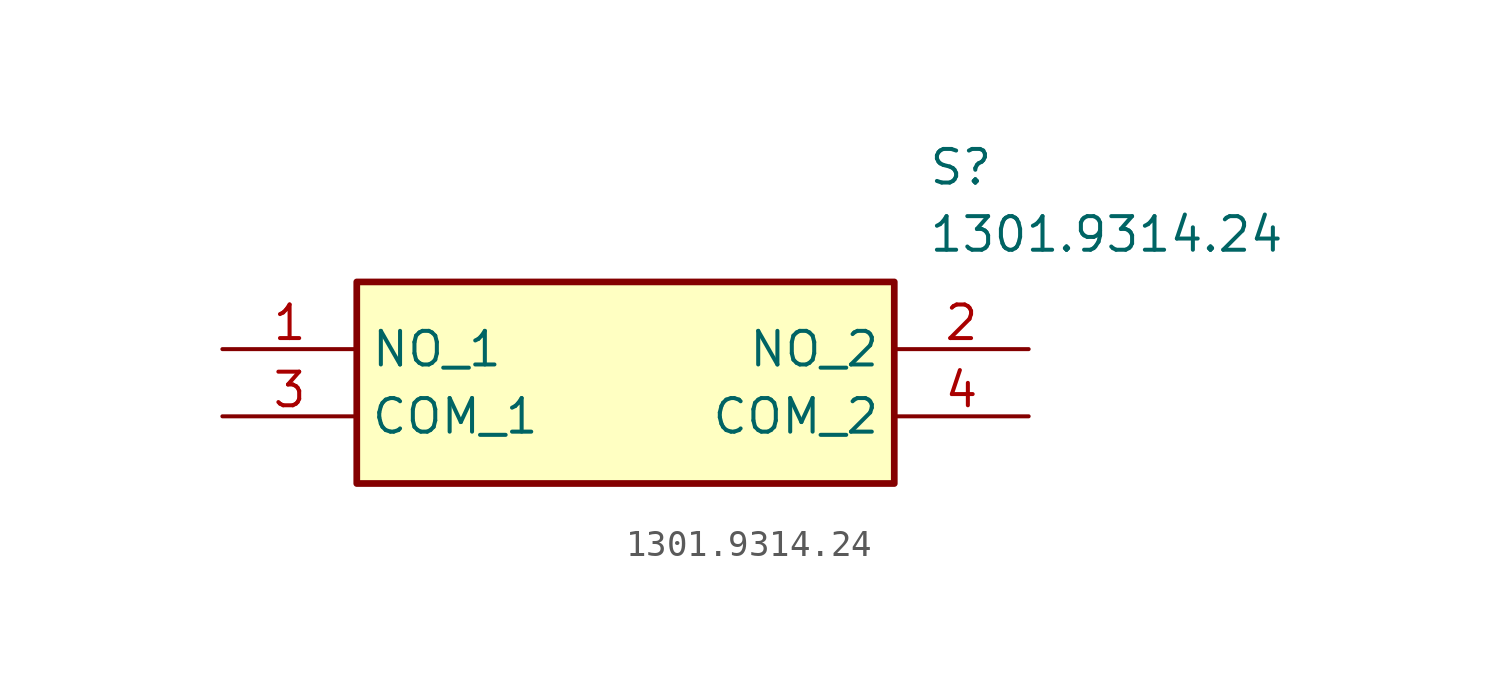
<source format=kicad_sym>
(kicad_symbol_lib
  (version 20211014)
  (generator SamacSys_ECAD_Model)
  (symbol "1301.9314.24"
    (property "Reference" "S"
      (at 26.67 7.62 0)
      (effects (font (size 1.27 1.27)) (justify left top)))
    (property "Value" "1301.9314.24"
      (at 26.67 5.08 0)
      (effects (font (size 1.27 1.27)) (justify left top)))
    (rectangle
      (start 5.08 2.54)
      (end 25.4 -5.08)
      (stroke (width 0.254) (type default))
      (fill (type background)))
    (pin passive line
      (at 0 0 0)
      (length 5.08)
      (name "NO_1" (effects (font (size 1.27 1.27))))
      (number "1" (effects (font (size 1.27 1.27)))))
    (pin passive line
      (at 30.48 0 180)
      (length 5.08)
      (name "NO_2" (effects (font (size 1.27 1.27))))
      (number "2" (effects (font (size 1.27 1.27)))))
    (pin passive line
      (at 0 -2.54 0)
      (length 5.08)
      (name "COM_1" (effects (font (size 1.27 1.27))))
      (number "3" (effects (font (size 1.27 1.27)))))
    (pin passive line
      (at 30.48 -2.54 180)
      (length 5.08)
      (name "COM_2" (effects (font (size 1.27 1.27))))
      (number "4" (effects (font (size 1.27 1.27)))))))
</source>
